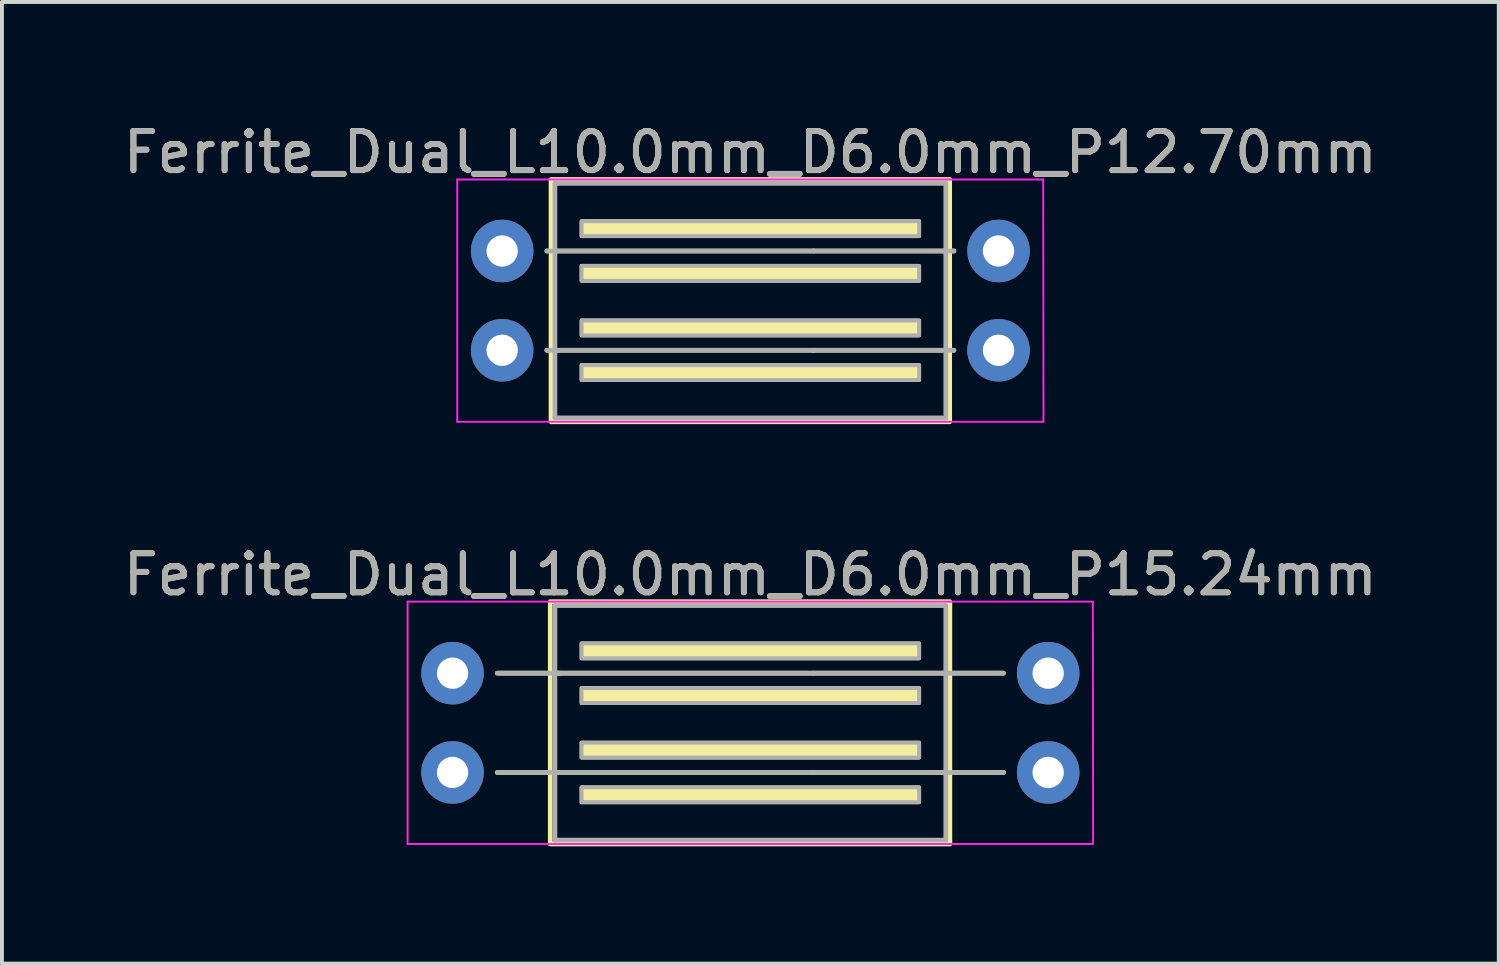
<source format=kicad_pcb>
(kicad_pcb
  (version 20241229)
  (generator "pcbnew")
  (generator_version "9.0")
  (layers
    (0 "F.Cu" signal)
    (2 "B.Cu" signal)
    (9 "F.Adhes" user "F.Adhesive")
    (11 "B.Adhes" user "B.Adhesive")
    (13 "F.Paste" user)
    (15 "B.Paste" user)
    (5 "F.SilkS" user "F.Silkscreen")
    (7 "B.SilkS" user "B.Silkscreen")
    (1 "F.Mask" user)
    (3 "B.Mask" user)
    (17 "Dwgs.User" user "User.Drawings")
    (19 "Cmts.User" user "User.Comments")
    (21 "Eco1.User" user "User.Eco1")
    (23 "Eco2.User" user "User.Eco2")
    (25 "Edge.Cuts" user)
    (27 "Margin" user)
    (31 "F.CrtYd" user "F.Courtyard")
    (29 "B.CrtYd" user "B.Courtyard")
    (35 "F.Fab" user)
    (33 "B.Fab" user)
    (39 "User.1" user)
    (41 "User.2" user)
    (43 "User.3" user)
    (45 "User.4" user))
  (footprint "Ferrite_Dual_L10.0mm_D6.0mm_P12.70mm"
    (layer "F.Cu")
    (at 9.799 4.642)
    (property "Reference" "Ferrite_Dual_L10.0mm_D6.0mm_P12.70mm" (at 6.35 -3.794 0) (layer "F.SilkS") (effects (font (size 1 1) (thickness 0.15))))
    (attr through_hole)
    (fp_line (start 1.143 -1.27) (end 1.397 -1.27) (stroke (width 0.12) (type solid)) (layer "F.SilkS"))
    (fp_line (start 1.143 1.27) (end 1.397 1.27) (stroke (width 0.12) (type solid)) (layer "F.SilkS"))
    (fp_line (start 7.964 -1.27) (end 1.397 -1.27) (stroke (width 0.12) (type solid)) (layer "F.SilkS"))
    (fp_line (start 7.964 -1.27) (end 11.303 -1.27) (stroke (width 0.12) (type solid)) (layer "F.SilkS"))
    (fp_line (start 7.964 1.27) (end 1.397 1.27) (stroke (width 0.12) (type solid)) (layer "F.SilkS"))
    (fp_line (start 7.964 1.27) (end 11.303 1.27) (stroke (width 0.12) (type solid)) (layer "F.SilkS"))
    (fp_line (start 11.557 -1.27) (end 11.303 -1.27) (stroke (width 0.12) (type solid)) (layer "F.SilkS"))
    (fp_line (start 11.557 1.27) (end 11.367 1.27) (stroke (width 0.12) (type solid)) (layer "F.SilkS"))
    (fp_rect (start 1.25 -3.1) (end 11.45 3.1) (stroke (width 0.12) (type solid)) (fill no) (layer "F.SilkS"))
    (fp_poly (pts (xy 10.668 -1.651) (xy 2.032 -1.651) (xy 2.032 -2.032) (xy 10.668 -2.032)) (stroke (width 0.1) (type solid)) (fill yes) (layer "F.SilkS"))
    (fp_poly (pts (xy 10.668 -0.508) (xy 2.032 -0.508) (xy 2.032 -0.889) (xy 10.668 -0.889)) (stroke (width 0.1) (type solid)) (fill yes) (layer "F.SilkS"))
    (fp_poly (pts (xy 10.668 0.889) (xy 2.032 0.889) (xy 2.032 0.508) (xy 10.668 0.508)) (stroke (width 0.1) (type solid)) (fill yes) (layer "F.SilkS"))
    (fp_poly (pts (xy 10.668 2.032) (xy 2.032 2.032) (xy 2.032 1.651) (xy 10.668 1.651)) (stroke (width 0.1) (type solid)) (fill yes) (layer "F.SilkS"))
    (fp_line (start -1.15 3.1) (end -1.15 -3.1) (stroke (width 0.05) (type solid)) (layer "F.CrtYd"))
    (fp_line (start -1.143 -3.1) (end 13.843 -3.1) (stroke (width 0.05) (type solid)) (layer "F.CrtYd"))
    (fp_line (start 13.843 -3.1) (end 13.85 3.1) (stroke (width 0.05) (type solid)) (layer "F.CrtYd"))
    (fp_line (start 13.843 3.1) (end -1.143 3.1) (stroke (width 0.05) (type solid)) (layer "F.CrtYd"))
    (fp_line (start 1.143 -1.27) (end 1.333 -1.27) (stroke (width 0.12) (type solid)) (layer "F.Fab"))
    (fp_line (start 1.143 1.27) (end 1.333 1.27) (stroke (width 0.12) (type solid)) (layer "F.Fab"))
    (fp_line (start 1.35 -3) (end 1.35 3) (stroke (width 0.12) (type solid)) (layer "F.Fab"))
    (fp_line (start 7.837 -1.27) (end 1.397 -1.27) (stroke (width 0.12) (type solid)) (layer "F.Fab"))
    (fp_line (start 7.837 1.27) (end 1.397 1.27) (stroke (width 0.12) (type solid)) (layer "F.Fab"))
    (fp_line (start 7.874 -1.27) (end 11.303 -1.27) (stroke (width 0.12) (type solid)) (layer "F.Fab"))
    (fp_line (start 7.874 1.27) (end 11.303 1.27) (stroke (width 0.12) (type solid)) (layer "F.Fab"))
    (fp_line (start 11.35 -3) (end 1.35 -3) (stroke (width 0.12) (type solid)) (layer "F.Fab"))
    (fp_line (start 11.35 -3) (end 11.35 3) (stroke (width 0.12) (type solid)) (layer "F.Fab"))
    (fp_line (start 11.35 3) (end 1.35 3) (stroke (width 0.12) (type solid)) (layer "F.Fab"))
    (fp_line (start 11.557 -1.27) (end 11.367 -1.27) (stroke (width 0.12) (type solid)) (layer "F.Fab"))
    (fp_line (start 11.557 1.27) (end 11.367 1.27) (stroke (width 0.12) (type solid)) (layer "F.Fab"))
    (fp_poly (pts (xy 10.668 -1.651) (xy 2.032 -1.651) (xy 2.032 -2.032) (xy 10.668 -2.032)) (stroke (width 0.1) (type solid)) (fill no) (layer "F.Fab"))
    (fp_poly (pts (xy 10.668 -0.508) (xy 2.032 -0.508) (xy 2.032 -0.889) (xy 10.668 -0.889)) (stroke (width 0.1) (type solid)) (fill no) (layer "F.Fab"))
    (fp_poly (pts (xy 10.668 0.889) (xy 2.032 0.889) (xy 2.032 0.508) (xy 10.668 0.508)) (stroke (width 0.1) (type solid)) (fill no) (layer "F.Fab"))
    (fp_poly (pts (xy 10.668 2.032) (xy 2.032 2.032) (xy 2.032 1.651) (xy 10.668 1.651)) (stroke (width 0.1) (type solid)) (fill no) (layer "F.Fab"))
    (fp_text user "${REFERENCE}" (at 6.35 -3.793 0) (layer "F.Fab") (effects (font (size 1 1) (thickness 0.15))))
    (pad "1" thru_hole circle (at 0 -1.27) (size 1.6 1.6) (drill 0.8) (layers "*.Cu" "*.Mask"))
    (pad "2" thru_hole circle (at 0 1.27) (size 1.6 1.6) (drill 0.8) (layers "*.Cu" "*.Mask"))
    (pad "3" thru_hole circle (at 12.7 1.27 180) (size 1.6 1.6) (drill 0.8) (layers "*.Cu" "*.Mask"))
    (pad "4" thru_hole circle (at 12.7 -1.27 180) (size 1.6 1.6) (drill 0.8) (layers "*.Cu" "*.Mask")))
  (footprint "Ferrite_Dual_L10.0mm_D6.0mm_P15.24mm"
    (layer "F.Cu")
    (at 8.529 15.444)
    (property "Reference" "Ferrite_Dual_L10.0mm_D6.0mm_P15.24mm" (at 7.62 -3.794 0) (layer "F.SilkS") (effects (font (size 1 1) (thickness 0.15))))
    (fp_line (start 1.143 -1.27) (end 2.75 -1.27) (stroke (width 0.12) (type solid)) (layer "F.SilkS"))
    (fp_line (start 1.143 1.27) (end 2.7 1.27) (stroke (width 0.12) (type solid)) (layer "F.SilkS"))
    (fp_line (start 9.234 -1.27) (end 2.667 -1.27) (stroke (width 0.12) (type solid)) (layer "F.SilkS"))
    (fp_line (start 9.234 -1.27) (end 12.573 -1.27) (stroke (width 0.12) (type solid)) (layer "F.SilkS"))
    (fp_line (start 9.234 1.27) (end 2.667 1.27) (stroke (width 0.12) (type solid)) (layer "F.SilkS"))
    (fp_line (start 9.234 1.27) (end 12.573 1.27) (stroke (width 0.12) (type solid)) (layer "F.SilkS"))
    (fp_line (start 14.097 -1.27) (end 12.55 -1.27) (stroke (width 0.12) (type solid)) (layer "F.SilkS"))
    (fp_line (start 14.097 1.27) (end 12.55 1.27) (stroke (width 0.12) (type solid)) (layer "F.SilkS"))
    (fp_rect (start 2.5 -3.1) (end 12.725 3.1) (stroke (width 0.12) (type solid)) (fill no) (layer "F.SilkS"))
    (fp_poly (pts (xy 11.938 -1.651) (xy 3.302 -1.651) (xy 3.302 -2.032) (xy 11.938 -2.032)) (stroke (width 0.1) (type solid)) (fill yes) (layer "F.SilkS"))
    (fp_poly (pts (xy 11.938 -0.508) (xy 3.302 -0.508) (xy 3.302 -0.889) (xy 11.938 -0.889)) (stroke (width 0.1) (type solid)) (fill yes) (layer "F.SilkS"))
    (fp_poly (pts (xy 11.938 0.889) (xy 3.302 0.889) (xy 3.302 0.508) (xy 11.938 0.508)) (stroke (width 0.1) (type solid)) (fill yes) (layer "F.SilkS"))
    (fp_poly (pts (xy 11.938 2.032) (xy 3.302 2.032) (xy 3.302 1.651) (xy 11.938 1.651)) (stroke (width 0.1) (type solid)) (fill yes) (layer "F.SilkS"))
    (fp_line (start -1.15 -3.1) (end 16.383 -3.1) (stroke (width 0.05) (type solid)) (layer "F.CrtYd"))
    (fp_line (start -1.15 3.1) (end -1.15 -3.1) (stroke (width 0.05) (type solid)) (layer "F.CrtYd"))
    (fp_line (start 16.383 -3.1) (end 16.39 3.1) (stroke (width 0.05) (type solid)) (layer "F.CrtYd"))
    (fp_line (start 16.39 3.1) (end -1.15 3.1) (stroke (width 0.05) (type solid)) (layer "F.CrtYd"))
    (fp_line (start 1.143 -1.27) (end 2.603 -1.27) (stroke (width 0.12) (type solid)) (layer "F.Fab"))
    (fp_line (start 1.143 1.27) (end 2.603 1.27) (stroke (width 0.12) (type solid)) (layer "F.Fab"))
    (fp_line (start 2.62 -3) (end 2.62 3) (stroke (width 0.12) (type solid)) (layer "F.Fab"))
    (fp_line (start 9.107 -1.27) (end 2.667 -1.27) (stroke (width 0.12) (type solid)) (layer "F.Fab"))
    (fp_line (start 9.107 1.27) (end 2.667 1.27) (stroke (width 0.12) (type solid)) (layer "F.Fab"))
    (fp_line (start 9.144 -1.27) (end 12.573 -1.27) (stroke (width 0.12) (type solid)) (layer "F.Fab"))
    (fp_line (start 9.144 1.27) (end 12.573 1.27) (stroke (width 0.12) (type solid)) (layer "F.Fab"))
    (fp_line (start 12.62 -3) (end 2.62 -3) (stroke (width 0.12) (type solid)) (layer "F.Fab"))
    (fp_line (start 12.62 -3) (end 12.62 3) (stroke (width 0.12) (type solid)) (layer "F.Fab"))
    (fp_line (start 12.62 3) (end 2.62 3) (stroke (width 0.12) (type solid)) (layer "F.Fab"))
    (fp_line (start 14.097 -1.27) (end 12.636 -1.27) (stroke (width 0.12) (type solid)) (layer "F.Fab"))
    (fp_line (start 14.097 1.27) (end 12.636 1.27) (stroke (width 0.12) (type solid)) (layer "F.Fab"))
    (fp_poly (pts (xy 11.938 -1.651) (xy 3.302 -1.651) (xy 3.302 -2.032) (xy 11.938 -2.032)) (stroke (width 0.1) (type solid)) (fill no) (layer "F.Fab"))
    (fp_poly (pts (xy 11.938 -0.508) (xy 3.302 -0.508) (xy 3.302 -0.889) (xy 11.938 -0.889)) (stroke (width 0.1) (type solid)) (fill no) (layer "F.Fab"))
    (fp_poly (pts (xy 11.938 0.889) (xy 3.302 0.889) (xy 3.302 0.508) (xy 11.938 0.508)) (stroke (width 0.1) (type solid)) (fill no) (layer "F.Fab"))
    (fp_poly (pts (xy 11.938 2.032) (xy 3.302 2.032) (xy 3.302 1.651) (xy 11.938 1.651)) (stroke (width 0.1) (type solid)) (fill no) (layer "F.Fab"))
    (fp_text user "${REFERENCE}" (at 7.62 -3.793 0) (layer "F.Fab") (effects (font (size 1 1) (thickness 0.15))))
    (pad "1" thru_hole circle (at 0 -1.27) (size 1.6 1.6) (drill 0.8) (layers "*.Cu" "*.Mask"))
    (pad "2" thru_hole circle (at 0 1.27) (size 1.6 1.6) (drill 0.8) (layers "*.Cu" "*.Mask"))
    (pad "3" thru_hole circle (at 15.24 1.27 180) (size 1.6 1.6) (drill 0.8) (layers "*.Cu" "*.Mask"))
    (pad "4" thru_hole circle (at 15.24 -1.27 180) (size 1.6 1.6) (drill 0.8) (layers "*.Cu" "*.Mask")))
  (gr_rect
    (start -3 -3)
    (end 35.298 21.605)
    (stroke (width 0.1) (type default))
    (fill no)
    (layer "Edge.Cuts")))
</source>
